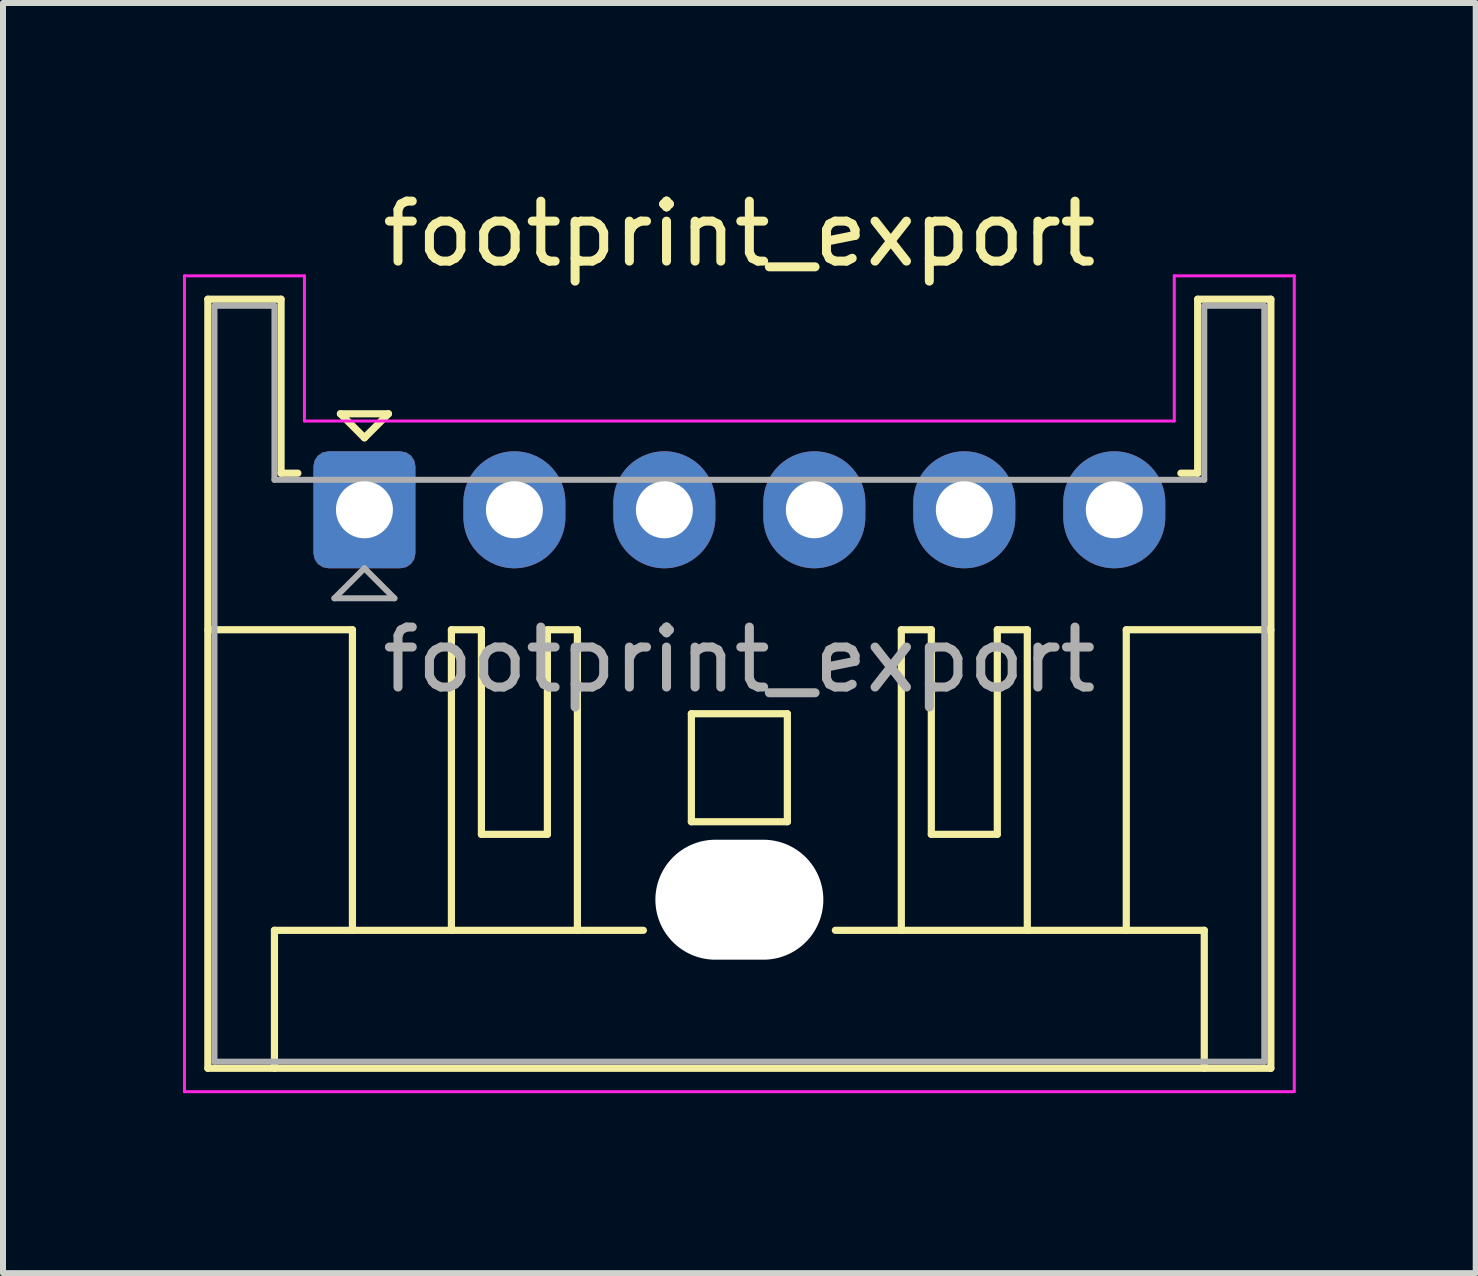
<source format=kicad_pcb>
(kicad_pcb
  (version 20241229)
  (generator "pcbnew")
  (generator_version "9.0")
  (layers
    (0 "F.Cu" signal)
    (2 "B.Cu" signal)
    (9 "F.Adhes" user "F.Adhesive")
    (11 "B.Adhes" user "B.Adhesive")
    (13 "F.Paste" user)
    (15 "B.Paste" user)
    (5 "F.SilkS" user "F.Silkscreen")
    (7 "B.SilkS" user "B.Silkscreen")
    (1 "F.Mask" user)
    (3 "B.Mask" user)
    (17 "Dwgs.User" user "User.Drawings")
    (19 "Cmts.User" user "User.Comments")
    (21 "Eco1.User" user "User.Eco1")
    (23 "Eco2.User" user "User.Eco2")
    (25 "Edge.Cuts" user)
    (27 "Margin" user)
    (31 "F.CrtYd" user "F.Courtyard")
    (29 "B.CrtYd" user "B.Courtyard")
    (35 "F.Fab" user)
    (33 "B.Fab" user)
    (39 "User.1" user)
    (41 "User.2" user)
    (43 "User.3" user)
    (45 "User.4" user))
  (footprint "footprint_export"
    (layer "F.Cu")
    (at 3.025 5.448)
    (property "Reference" "footprint_export" (at 6.25 -4.6 0) (layer "F.SilkS") (effects (font (size 1 1) (thickness 0.15))))
    (attr through_hole)
    (fp_line (start -2.61 -3.51) (end -2.61 9.31) (stroke (width 0.12) (type solid)) (layer "F.SilkS"))
    (fp_line (start -2.61 9.31) (end 15.11 9.31) (stroke (width 0.12) (type solid)) (layer "F.SilkS"))
    (fp_line (start -1.5 7.01) (end 4.65 7.01) (stroke (width 0.12) (type solid)) (layer "F.SilkS"))
    (fp_line (start -1.5 9.31) (end -1.5 7.01) (stroke (width 0.12) (type solid)) (layer "F.SilkS"))
    (fp_line (start -1.39 -3.51) (end -2.61 -3.51) (stroke (width 0.12) (type solid)) (layer "F.SilkS"))
    (fp_line (start -1.39 -0.61) (end -1.39 -3.51) (stroke (width 0.12) (type solid)) (layer "F.SilkS"))
    (fp_line (start -1.11 -0.61) (end -1.39 -0.61) (stroke (width 0.12) (type solid)) (layer "F.SilkS"))
    (fp_line (start -0.4 -1.6) (end 0.4 -1.6) (stroke (width 0.12) (type solid)) (layer "F.SilkS"))
    (fp_line (start -0.2 2) (end -2.61 2) (stroke (width 0.12) (type solid)) (layer "F.SilkS"))
    (fp_line (start -0.2 7.01) (end -0.2 2) (stroke (width 0.12) (type solid)) (layer "F.SilkS"))
    (fp_line (start 0 -1.2) (end -0.4 -1.6) (stroke (width 0.12) (type solid)) (layer "F.SilkS"))
    (fp_line (start 0.4 -1.6) (end 0 -1.2) (stroke (width 0.12) (type solid)) (layer "F.SilkS"))
    (fp_line (start 1.45 2) (end 1.45 7.01) (stroke (width 0.12) (type solid)) (layer "F.SilkS"))
    (fp_line (start 1.95 2) (end 1.45 2) (stroke (width 0.12) (type solid)) (layer "F.SilkS"))
    (fp_line (start 1.95 5.41) (end 1.95 2) (stroke (width 0.12) (type solid)) (layer "F.SilkS"))
    (fp_line (start 3.05 2) (end 3.05 5.41) (stroke (width 0.12) (type solid)) (layer "F.SilkS"))
    (fp_line (start 3.05 5.41) (end 1.95 5.41) (stroke (width 0.12) (type solid)) (layer "F.SilkS"))
    (fp_line (start 3.55 2) (end 3.05 2) (stroke (width 0.12) (type solid)) (layer "F.SilkS"))
    (fp_line (start 3.55 7.01) (end 3.55 2) (stroke (width 0.12) (type solid)) (layer "F.SilkS"))
    (fp_line (start 5.45 3.4) (end 7.05 3.4) (stroke (width 0.12) (type solid)) (layer "F.SilkS"))
    (fp_line (start 5.45 5.2) (end 5.45 3.4) (stroke (width 0.12) (type solid)) (layer "F.SilkS"))
    (fp_line (start 7.05 3.4) (end 7.05 5.2) (stroke (width 0.12) (type solid)) (layer "F.SilkS"))
    (fp_line (start 7.05 5.2) (end 5.45 5.2) (stroke (width 0.12) (type solid)) (layer "F.SilkS"))
    (fp_line (start 7.85 7.01) (end 14 7.01) (stroke (width 0.12) (type solid)) (layer "F.SilkS"))
    (fp_line (start 8.95 2) (end 9.45 2) (stroke (width 0.12) (type solid)) (layer "F.SilkS"))
    (fp_line (start 8.95 7.01) (end 8.95 2) (stroke (width 0.12) (type solid)) (layer "F.SilkS"))
    (fp_line (start 9.45 2) (end 9.45 5.41) (stroke (width 0.12) (type solid)) (layer "F.SilkS"))
    (fp_line (start 9.45 5.41) (end 10.55 5.41) (stroke (width 0.12) (type solid)) (layer "F.SilkS"))
    (fp_line (start 10.55 2) (end 11.05 2) (stroke (width 0.12) (type solid)) (layer "F.SilkS"))
    (fp_line (start 10.55 5.41) (end 10.55 2) (stroke (width 0.12) (type solid)) (layer "F.SilkS"))
    (fp_line (start 11.05 2) (end 11.05 7.01) (stroke (width 0.12) (type solid)) (layer "F.SilkS"))
    (fp_line (start 12.7 2) (end 15.11 2) (stroke (width 0.12) (type solid)) (layer "F.SilkS"))
    (fp_line (start 12.7 7.01) (end 12.7 2) (stroke (width 0.12) (type solid)) (layer "F.SilkS"))
    (fp_line (start 13.89 -3.51) (end 13.89 -0.61) (stroke (width 0.12) (type solid)) (layer "F.SilkS"))
    (fp_line (start 13.89 -0.61) (end 13.61 -0.61) (stroke (width 0.12) (type solid)) (layer "F.SilkS"))
    (fp_line (start 14 7.01) (end 14 9.31) (stroke (width 0.12) (type solid)) (layer "F.SilkS"))
    (fp_line (start 15.11 -3.51) (end 13.89 -3.51) (stroke (width 0.12) (type solid)) (layer "F.SilkS"))
    (fp_line (start 15.11 9.31) (end 15.11 -3.51) (stroke (width 0.12) (type solid)) (layer "F.SilkS"))
    (fp_line (start -3 -3.9) (end -3 9.7) (stroke (width 0.05) (type solid)) (layer "F.CrtYd"))
    (fp_line (start -3 9.7) (end 15.5 9.7) (stroke (width 0.05) (type solid)) (layer "F.CrtYd"))
    (fp_line (start -1 -3.9) (end -3 -3.9) (stroke (width 0.05) (type solid)) (layer "F.CrtYd"))
    (fp_line (start -1 -1.48) (end -1 -3.9) (stroke (width 0.05) (type solid)) (layer "F.CrtYd"))
    (fp_line (start 13.5 -3.9) (end 13.5 -1.48) (stroke (width 0.05) (type solid)) (layer "F.CrtYd"))
    (fp_line (start 13.5 -1.48) (end -1 -1.48) (stroke (width 0.05) (type solid)) (layer "F.CrtYd"))
    (fp_line (start 15.5 -3.9) (end 13.5 -3.9) (stroke (width 0.05) (type solid)) (layer "F.CrtYd"))
    (fp_line (start 15.5 9.7) (end 15.5 -3.9) (stroke (width 0.05) (type solid)) (layer "F.CrtYd"))
    (fp_line (start -2.5 -3.4) (end -2.5 9.2) (stroke (width 0.1) (type solid)) (layer "F.Fab"))
    (fp_line (start -2.5 9.2) (end 15 9.2) (stroke (width 0.1) (type solid)) (layer "F.Fab"))
    (fp_line (start -1.5 -3.4) (end -2.5 -3.4) (stroke (width 0.1) (type solid)) (layer "F.Fab"))
    (fp_line (start -1.5 -0.5) (end -1.5 -3.4) (stroke (width 0.1) (type solid)) (layer "F.Fab"))
    (fp_line (start -0.5 1.475) (end 0.5 1.475) (stroke (width 0.1) (type solid)) (layer "F.Fab"))
    (fp_line (start 0 0.975) (end -0.5 1.475) (stroke (width 0.1) (type solid)) (layer "F.Fab"))
    (fp_line (start 0.5 1.475) (end 0 0.975) (stroke (width 0.1) (type solid)) (layer "F.Fab"))
    (fp_line (start 14 -3.4) (end 14 -0.5) (stroke (width 0.1) (type solid)) (layer "F.Fab"))
    (fp_line (start 14 -0.5) (end -1.5 -0.5) (stroke (width 0.1) (type solid)) (layer "F.Fab"))
    (fp_line (start 15 -3.4) (end 14 -3.4) (stroke (width 0.1) (type solid)) (layer "F.Fab"))
    (fp_line (start 15 9.2) (end 15 -3.4) (stroke (width 0.1) (type solid)) (layer "F.Fab"))
    (fp_text user "${REFERENCE}" (at 6.25 2.5 0) (layer "F.Fab") (effects (font (size 1 1) (thickness 0.15))))
    (pad "" np_thru_hole oval (at 6.25 6.5) (size 2.8 2) (drill oval 2.8 2) (layers "*.Cu" "*.Mask"))
    (pad "1" thru_hole roundrect (at 0 0) (size 1.7 1.95) (drill 0.95) (layers "*.Cu" "*.Mask") (roundrect_rratio 0.147))
    (pad "2" thru_hole oval (at 2.5 0) (size 1.7 1.95) (drill 0.95) (layers "*.Cu" "*.Mask"))
    (pad "3" thru_hole oval (at 5 0) (size 1.7 1.95) (drill 0.95) (layers "*.Cu" "*.Mask"))
    (pad "4" thru_hole oval (at 7.5 0) (size 1.7 1.95) (drill 0.95) (layers "*.Cu" "*.Mask"))
    (pad "5" thru_hole oval (at 10 0) (size 1.7 1.95) (drill 0.95) (layers "*.Cu" "*.Mask"))
    (pad "6" thru_hole oval (at 12.5 0) (size 1.7 1.95) (drill 0.95) (layers "*.Cu" "*.Mask")))
  (gr_rect
    (start -3 -3)
    (end 21.55 18.173)
    (stroke (width 0.1) (type default))
    (fill no)
    (layer "Edge.Cuts")))
</source>
